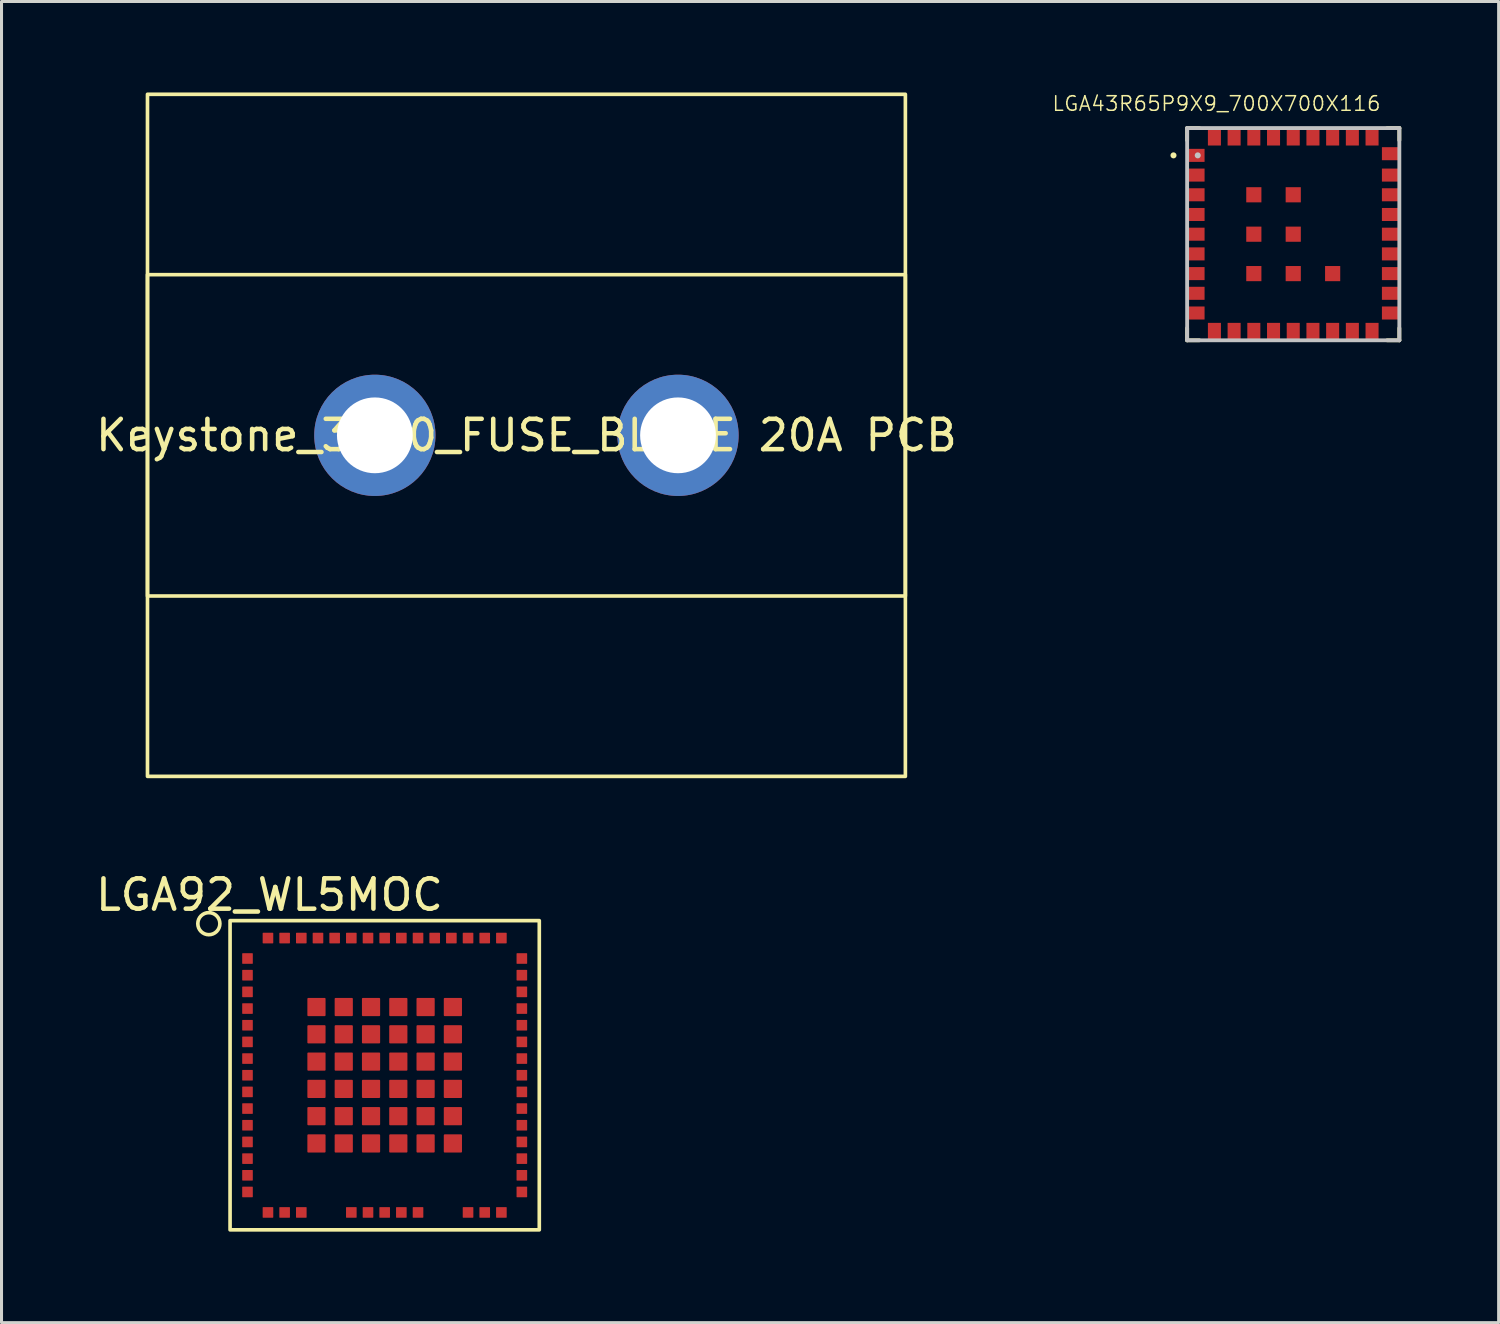
<source format=kicad_pcb>
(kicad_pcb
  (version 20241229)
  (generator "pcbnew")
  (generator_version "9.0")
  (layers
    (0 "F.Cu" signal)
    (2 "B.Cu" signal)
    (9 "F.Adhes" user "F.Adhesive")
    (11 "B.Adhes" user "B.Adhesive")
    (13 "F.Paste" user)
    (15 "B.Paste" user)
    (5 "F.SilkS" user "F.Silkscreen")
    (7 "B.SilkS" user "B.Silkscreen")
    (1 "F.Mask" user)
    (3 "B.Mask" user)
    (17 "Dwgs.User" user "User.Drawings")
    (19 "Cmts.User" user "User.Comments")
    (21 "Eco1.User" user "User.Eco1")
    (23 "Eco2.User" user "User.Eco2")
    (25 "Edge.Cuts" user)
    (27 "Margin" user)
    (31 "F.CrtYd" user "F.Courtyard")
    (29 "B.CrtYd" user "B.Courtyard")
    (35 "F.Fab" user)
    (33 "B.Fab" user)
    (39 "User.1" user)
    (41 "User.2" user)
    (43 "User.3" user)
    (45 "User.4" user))
  (footprint "LGA43R65P9X9_700X700X116"
    (layer "F.Cu")
    (at 39.609 4.675)
    (property "Reference" "LGA43R65P9X9_700X700X116" (at -2.532 -4.307 0) (layer "F.SilkS") (effects (font (size 0.48 0.48) (thickness 0.05))))
    (attr smd)
    (fp_line (start -3.5 -3.5) (end -3.5 -3.1) (stroke (width 0.127) (type solid)) (layer "F.SilkS"))
    (fp_line (start -3.5 3.1) (end -3.5 3.5) (stroke (width 0.127) (type solid)) (layer "F.SilkS"))
    (fp_line (start -3.5 3.5) (end -3.1 3.5) (stroke (width 0.127) (type solid)) (layer "F.SilkS"))
    (fp_line (start -3.1 -3.5) (end -3.5 -3.5) (stroke (width 0.127) (type solid)) (layer "F.SilkS"))
    (fp_line (start 3.1 -3.5) (end 3.5 -3.5) (stroke (width 0.127) (type solid)) (layer "F.SilkS"))
    (fp_line (start 3.5 -3.5) (end 3.5 -3.1) (stroke (width 0.127) (type solid)) (layer "F.SilkS"))
    (fp_line (start 3.5 3.1) (end 3.5 3.5) (stroke (width 0.127) (type solid)) (layer "F.SilkS"))
    (fp_line (start 3.5 3.5) (end 3.1 3.5) (stroke (width 0.127) (type solid)) (layer "F.SilkS"))
    (fp_circle (center -3.95 -2.6) (end -3.9 -2.6) (stroke (width 0.1) (type solid)) (fill no) (layer "F.SilkS"))
    (fp_line (start -3.5 -3.5) (end 3.5 -3.5) (stroke (width 0.127) (type solid)) (layer "Dwgs.User"))
    (fp_line (start -3.5 3.5) (end -3.5 -3.5) (stroke (width 0.127) (type solid)) (layer "Dwgs.User"))
    (fp_line (start 3.5 -3.5) (end 3.5 3.5) (stroke (width 0.127) (type solid)) (layer "Dwgs.User"))
    (fp_line (start 3.5 3.5) (end -3.5 3.5) (stroke (width 0.127) (type solid)) (layer "Dwgs.User"))
    (fp_circle (center -3.15 -2.6) (end -3.1 -2.6) (stroke (width 0.1) (type solid)) (fill no) (layer "Dwgs.User"))
    (fp_line (start -3.75 -3.75) (end 3.75 -3.75) (stroke (width 0.05) (type solid)) (layer "Eco1.User"))
    (fp_line (start -3.75 3.75) (end -3.75 -3.75) (stroke (width 0.05) (type solid)) (layer "Eco1.User"))
    (fp_line (start 3.75 -3.75) (end 3.75 3.805) (stroke (width 0.05) (type solid)) (layer "Eco1.User"))
    (fp_line (start 3.75 3.805) (end -3.75 3.75) (stroke (width 0.05) (type solid)) (layer "Eco1.User"))
    (pad "1" smd rect (at -3.205 -2.6) (size 0.56 0.43) (layers "F.Cu" "F.Mask" "F.Paste"))
    (pad "2" smd rect (at -3.205 -1.95) (size 0.56 0.43) (layers "F.Cu" "F.Mask" "F.Paste"))
    (pad "3" smd rect (at -3.205 -1.3) (size 0.56 0.43) (layers "F.Cu" "F.Mask" "F.Paste"))
    (pad "4" smd rect (at -3.205 -0.65) (size 0.56 0.43) (layers "F.Cu" "F.Mask" "F.Paste"))
    (pad "5" smd rect (at -3.205 0) (size 0.56 0.43) (layers "F.Cu" "F.Mask" "F.Paste"))
    (pad "6" smd rect (at -3.205 0.65) (size 0.56 0.43) (layers "F.Cu" "F.Mask" "F.Paste"))
    (pad "7" smd rect (at -3.205 1.3) (size 0.56 0.43) (layers "F.Cu" "F.Mask" "F.Paste"))
    (pad "8" smd rect (at -3.205 1.95) (size 0.56 0.43) (layers "F.Cu" "F.Mask" "F.Paste"))
    (pad "9" smd rect (at -3.205 2.6) (size 0.56 0.43) (layers "F.Cu" "F.Mask" "F.Paste"))
    (pad "10" smd rect (at -2.6 3.205 90) (size 0.56 0.43) (layers "F.Cu" "F.Mask" "F.Paste"))
    (pad "11" smd rect (at -1.95 3.205 90) (size 0.56 0.43) (layers "F.Cu" "F.Mask" "F.Paste"))
    (pad "12" smd rect (at -1.3 3.205 90) (size 0.56 0.43) (layers "F.Cu" "F.Mask" "F.Paste"))
    (pad "13" smd rect (at -0.65 3.205 90) (size 0.56 0.43) (layers "F.Cu" "F.Mask" "F.Paste"))
    (pad "14" smd rect (at 0 3.205 90) (size 0.56 0.43) (layers "F.Cu" "F.Mask" "F.Paste"))
    (pad "15" smd rect (at 0.65 3.205 90) (size 0.56 0.43) (layers "F.Cu" "F.Mask" "F.Paste"))
    (pad "16" smd rect (at 1.3 3.205 90) (size 0.56 0.43) (layers "F.Cu" "F.Mask" "F.Paste"))
    (pad "17" smd rect (at 1.95 3.205 90) (size 0.56 0.43) (layers "F.Cu" "F.Mask" "F.Paste"))
    (pad "18" smd rect (at 2.6 3.205 90) (size 0.56 0.43) (layers "F.Cu" "F.Mask" "F.Paste"))
    (pad "19" smd rect (at 3.205 2.6 180) (size 0.56 0.43) (layers "F.Cu" "F.Mask" "F.Paste"))
    (pad "20" smd rect (at 3.205 1.95 180) (size 0.56 0.43) (layers "F.Cu" "F.Mask" "F.Paste"))
    (pad "21" smd rect (at 3.205 1.3 180) (size 0.56 0.43) (layers "F.Cu" "F.Mask" "F.Paste"))
    (pad "22" smd rect (at 3.205 0.65 180) (size 0.56 0.43) (layers "F.Cu" "F.Mask" "F.Paste"))
    (pad "23" smd rect (at 3.205 0 180) (size 0.56 0.43) (layers "F.Cu" "F.Mask" "F.Paste"))
    (pad "24" smd rect (at 3.205 -0.65 180) (size 0.56 0.43) (layers "F.Cu" "F.Mask" "F.Paste"))
    (pad "25" smd rect (at 3.205 -1.3 180) (size 0.56 0.43) (layers "F.Cu" "F.Mask" "F.Paste"))
    (pad "26" smd rect (at 3.205 -1.95 180) (size 0.56 0.43) (layers "F.Cu" "F.Mask" "F.Paste"))
    (pad "27" smd rect (at 3.205 -2.655 180) (size 0.56 0.43) (layers "F.Cu" "F.Mask" "F.Paste"))
    (pad "28" smd rect (at 2.6 -3.205 270) (size 0.56 0.43) (layers "F.Cu" "F.Mask" "F.Paste"))
    (pad "29" smd rect (at 1.95 -3.205 270) (size 0.56 0.43) (layers "F.Cu" "F.Mask" "F.Paste"))
    (pad "30" smd rect (at 1.3 -3.205 270) (size 0.56 0.43) (layers "F.Cu" "F.Mask" "F.Paste"))
    (pad "31" smd rect (at 0.65 -3.205 270) (size 0.56 0.43) (layers "F.Cu" "F.Mask" "F.Paste"))
    (pad "32" smd rect (at 0 -3.205 270) (size 0.56 0.43) (layers "F.Cu" "F.Mask" "F.Paste"))
    (pad "33" smd rect (at -0.65 -3.205 270) (size 0.56 0.43) (layers "F.Cu" "F.Mask" "F.Paste"))
    (pad "34" smd rect (at -1.3 -3.205 270) (size 0.56 0.43) (layers "F.Cu" "F.Mask" "F.Paste"))
    (pad "35" smd rect (at -1.95 -3.205 270) (size 0.56 0.43) (layers "F.Cu" "F.Mask" "F.Paste"))
    (pad "36" smd rect (at -2.6 -3.205 270) (size 0.56 0.43) (layers "F.Cu" "F.Mask" "F.Paste"))
    (pad "37" smd rect (at -1.3 -1.3) (size 0.5 0.5) (layers "F.Cu" "F.Mask" "F.Paste"))
    (pad "38" smd rect (at -1.3 0) (size 0.5 0.5) (layers "F.Cu" "F.Mask" "F.Paste"))
    (pad "39" smd rect (at -1.3 1.3) (size 0.5 0.5) (layers "F.Cu" "F.Mask" "F.Paste"))
    (pad "40" smd rect (at 0 -1.3) (size 0.5 0.5) (layers "F.Cu" "F.Mask" "F.Paste"))
    (pad "41" smd rect (at 0 0) (size 0.5 0.5) (layers "F.Cu" "F.Mask" "F.Paste"))
    (pad "42" smd rect (at 0 1.3) (size 0.5 0.5) (layers "F.Cu" "F.Mask" "F.Paste"))
    (pad "43" smd rect (at 1.3 1.3) (size 0.5 0.5) (layers "F.Cu" "F.Mask" "F.Paste")))
  (footprint "Keystone_3560_FUSE_BLADE 20A PCB"
    (layer "F.Cu")
    (at 14.315 11.31)
    (property "Reference" "Keystone_3560_FUSE_BLADE 20A PCB" (at 0 0 0) (unlocked yes) (layer "F.SilkS") (effects (font (size 1 1) (thickness 0.15))))
    (attr through_hole)
    (fp_rect (start -12.5 -11.25) (end 12.5 11.25) (stroke (width 0.12) (type solid)) (fill no) (layer "F.SilkS"))
    (fp_rect (start -12.5 -5.3) (end 12.5 5.3) (stroke (width 0.12) (type solid)) (fill no) (layer "F.SilkS"))
    (pad "1" thru_hole circle (at -5 0) (size 4 4) (drill 2.5) (layers "*.Cu" "*.Mask"))
    (pad "2" thru_hole circle (at 5 0) (size 4 4) (drill 2.5) (layers "*.Cu" "*.Mask")))
  (footprint "LGA92_WL5MOC"
    (layer "F.Cu")
    (at 4.639 27.418)
    (property "Reference" "LGA92_WL5MOC" (at 1.2 -0.95 0) (unlocked yes) (layer "F.SilkS") (effects (font (size 1 1) (thickness 0.15))))
    (attr smd)
    (fp_rect (start 10.1 -0.1) (end -0.1 10.1) (stroke (width 0.12) (type default)) (fill no) (layer "F.SilkS"))
    (fp_circle (center -0.8 0) (end -1.15 0.1) (stroke (width 0.12) (type default)) (fill no) (layer "F.SilkS"))
    (pad "1" smd roundrect (at 0.475 1.15) (size 0.35 0.35) (layers "F.Cu" "F.Mask" "F.Paste") (roundrect_rratio 0.05))
    (pad "2" smd roundrect (at 0.475 1.7) (size 0.35 0.35) (layers "F.Cu" "F.Mask" "F.Paste") (roundrect_rratio 0.05))
    (pad "3" smd roundrect (at 0.475 2.25) (size 0.35 0.35) (layers "F.Cu" "F.Mask" "F.Paste") (roundrect_rratio 0.05))
    (pad "4" smd roundrect (at 0.475 2.8) (size 0.35 0.35) (layers "F.Cu" "F.Mask" "F.Paste") (roundrect_rratio 0.05))
    (pad "5" smd roundrect (at 0.475 3.35) (size 0.35 0.35) (layers "F.Cu" "F.Mask" "F.Paste") (roundrect_rratio 0.05))
    (pad "6" smd roundrect (at 0.475 3.9) (size 0.35 0.35) (layers "F.Cu" "F.Mask" "F.Paste") (roundrect_rratio 0.05))
    (pad "7" smd roundrect (at 0.475 4.45) (size 0.35 0.35) (layers "F.Cu" "F.Mask" "F.Paste") (roundrect_rratio 0.05))
    (pad "8" smd roundrect (at 0.475 5) (size 0.35 0.35) (layers "F.Cu" "F.Mask" "F.Paste") (roundrect_rratio 0.05))
    (pad "9" smd roundrect (at 0.475 5.55) (size 0.35 0.35) (layers "F.Cu" "F.Mask" "F.Paste") (roundrect_rratio 0.05))
    (pad "10" smd roundrect (at 0.475 6.1) (size 0.35 0.35) (layers "F.Cu" "F.Mask" "F.Paste") (roundrect_rratio 0.05))
    (pad "11" smd roundrect (at 0.475 6.65) (size 0.35 0.35) (layers "F.Cu" "F.Mask" "F.Paste") (roundrect_rratio 0.05))
    (pad "12" smd roundrect (at 0.475 7.2) (size 0.35 0.35) (layers "F.Cu" "F.Mask" "F.Paste") (roundrect_rratio 0.05))
    (pad "13" smd roundrect (at 0.475 7.75) (size 0.35 0.35) (layers "F.Cu" "F.Mask" "F.Paste") (roundrect_rratio 0.05))
    (pad "14" smd roundrect (at 0.475 8.3) (size 0.35 0.35) (layers "F.Cu" "F.Mask" "F.Paste") (roundrect_rratio 0.05))
    (pad "15" smd roundrect (at 0.475 8.85) (size 0.35 0.35) (layers "F.Cu" "F.Mask" "F.Paste") (roundrect_rratio 0.05))
    (pad "16" smd roundrect (at 1.15 9.525) (size 0.35 0.35) (layers "F.Cu" "F.Mask" "F.Paste") (roundrect_rratio 0.05))
    (pad "17" smd roundrect (at 1.7 9.525) (size 0.35 0.35) (layers "F.Cu" "F.Mask" "F.Paste") (roundrect_rratio 0.05))
    (pad "18" smd roundrect (at 2.25 9.525) (size 0.35 0.35) (layers "F.Cu" "F.Mask" "F.Paste") (roundrect_rratio 0.05))
    (pad "19" smd roundrect (at 3.9 9.525) (size 0.35 0.35) (layers "F.Cu" "F.Mask" "F.Paste") (roundrect_rratio 0.05))
    (pad "20" smd roundrect (at 4.45 9.525) (size 0.35 0.35) (layers "F.Cu" "F.Mask" "F.Paste") (roundrect_rratio 0.05))
    (pad "21" smd roundrect (at 5 9.525) (size 0.35 0.35) (layers "F.Cu" "F.Mask" "F.Paste") (roundrect_rratio 0.05))
    (pad "22" smd roundrect (at 5.55 9.525) (size 0.35 0.35) (layers "F.Cu" "F.Mask" "F.Paste") (roundrect_rratio 0.05))
    (pad "23" smd roundrect (at 6.1 9.525) (size 0.35 0.35) (layers "F.Cu" "F.Mask" "F.Paste") (roundrect_rratio 0.05))
    (pad "24" smd roundrect (at 7.75 9.525) (size 0.35 0.35) (layers "F.Cu" "F.Mask" "F.Paste") (roundrect_rratio 0.05))
    (pad "25" smd roundrect (at 8.3 9.525) (size 0.35 0.35) (layers "F.Cu" "F.Mask" "F.Paste") (roundrect_rratio 0.05))
    (pad "26" smd roundrect (at 8.85 9.525) (size 0.35 0.35) (layers "F.Cu" "F.Mask" "F.Paste") (roundrect_rratio 0.05))
    (pad "27" smd roundrect (at 9.525 8.85) (size 0.35 0.35) (layers "F.Cu" "F.Mask" "F.Paste") (roundrect_rratio 0.05))
    (pad "28" smd roundrect (at 9.525 8.3) (size 0.35 0.35) (layers "F.Cu" "F.Mask" "F.Paste") (roundrect_rratio 0.05))
    (pad "29" smd roundrect (at 9.525 7.75) (size 0.35 0.35) (layers "F.Cu" "F.Mask" "F.Paste") (roundrect_rratio 0.05))
    (pad "30" smd roundrect (at 9.525 7.2) (size 0.35 0.35) (layers "F.Cu" "F.Mask" "F.Paste") (roundrect_rratio 0.05))
    (pad "31" smd roundrect (at 9.525 6.65) (size 0.35 0.35) (layers "F.Cu" "F.Mask" "F.Paste") (roundrect_rratio 0.05))
    (pad "32" smd roundrect (at 9.525 6.1) (size 0.35 0.35) (layers "F.Cu" "F.Mask" "F.Paste") (roundrect_rratio 0.05))
    (pad "33" smd roundrect (at 9.525 5.55) (size 0.35 0.35) (layers "F.Cu" "F.Mask" "F.Paste") (roundrect_rratio 0.05))
    (pad "34" smd roundrect (at 9.525 5) (size 0.35 0.35) (layers "F.Cu" "F.Mask" "F.Paste") (roundrect_rratio 0.05))
    (pad "35" smd roundrect (at 9.525 4.45) (size 0.35 0.35) (layers "F.Cu" "F.Mask" "F.Paste") (roundrect_rratio 0.05))
    (pad "36" smd roundrect (at 9.525 3.9) (size 0.35 0.35) (layers "F.Cu" "F.Mask" "F.Paste") (roundrect_rratio 0.05))
    (pad "37" smd roundrect (at 9.525 3.35) (size 0.35 0.35) (layers "F.Cu" "F.Mask" "F.Paste") (roundrect_rratio 0.05))
    (pad "38" smd roundrect (at 9.525 2.8) (size 0.35 0.35) (layers "F.Cu" "F.Mask" "F.Paste") (roundrect_rratio 0.05))
    (pad "39" smd roundrect (at 9.525 2.25) (size 0.35 0.35) (layers "F.Cu" "F.Mask" "F.Paste") (roundrect_rratio 0.05))
    (pad "40" smd roundrect (at 9.525 1.7) (size 0.35 0.35) (layers "F.Cu" "F.Mask" "F.Paste") (roundrect_rratio 0.05))
    (pad "41" smd roundrect (at 9.525 1.15) (size 0.35 0.35) (layers "F.Cu" "F.Mask" "F.Paste") (roundrect_rratio 0.05))
    (pad "42" smd roundrect (at 8.85 0.475) (size 0.35 0.35) (layers "F.Cu" "F.Mask" "F.Paste") (roundrect_rratio 0.05))
    (pad "43" smd roundrect (at 8.3 0.475) (size 0.35 0.35) (layers "F.Cu" "F.Mask" "F.Paste") (roundrect_rratio 0.05))
    (pad "44" smd roundrect (at 7.75 0.475) (size 0.35 0.35) (layers "F.Cu" "F.Mask" "F.Paste") (roundrect_rratio 0.05))
    (pad "45" smd roundrect (at 7.2 0.475) (size 0.35 0.35) (layers "F.Cu" "F.Mask" "F.Paste") (roundrect_rratio 0.05))
    (pad "46" smd roundrect (at 6.65 0.475) (size 0.35 0.35) (layers "F.Cu" "F.Mask" "F.Paste") (roundrect_rratio 0.05))
    (pad "47" smd roundrect (at 6.1 0.475) (size 0.35 0.35) (layers "F.Cu" "F.Mask" "F.Paste") (roundrect_rratio 0.05))
    (pad "48" smd roundrect (at 5.55 0.475) (size 0.35 0.35) (layers "F.Cu" "F.Mask" "F.Paste") (roundrect_rratio 0.05))
    (pad "49" smd roundrect (at 5 0.475) (size 0.35 0.35) (layers "F.Cu" "F.Mask" "F.Paste") (roundrect_rratio 0.05))
    (pad "50" smd roundrect (at 4.45 0.475) (size 0.35 0.35) (layers "F.Cu" "F.Mask" "F.Paste") (roundrect_rratio 0.05))
    (pad "51" smd roundrect (at 3.9 0.475) (size 0.35 0.35) (layers "F.Cu" "F.Mask" "F.Paste") (roundrect_rratio 0.05))
    (pad "52" smd roundrect (at 3.35 0.475) (size 0.35 0.35) (layers "F.Cu" "F.Mask" "F.Paste") (roundrect_rratio 0.05))
    (pad "53" smd roundrect (at 2.8 0.475) (size 0.35 0.35) (layers "F.Cu" "F.Mask" "F.Paste") (roundrect_rratio 0.05))
    (pad "54" smd roundrect (at 2.25 0.475) (size 0.35 0.35) (layers "F.Cu" "F.Mask" "F.Paste") (roundrect_rratio 0.05))
    (pad "55" smd roundrect (at 1.7 0.475) (size 0.35 0.35) (layers "F.Cu" "F.Mask" "F.Paste") (roundrect_rratio 0.05))
    (pad "56" smd roundrect (at 1.15 0.475) (size 0.35 0.35) (layers "F.Cu" "F.Mask" "F.Paste") (roundrect_rratio 0.05))
    (pad "57" smd roundrect (at 2.75 2.75) (size 0.6 0.6) (layers "F.Cu" "F.Mask" "F.Paste") (roundrect_rratio 0.05))
    (pad "58" smd roundrect (at 2.75 3.65) (size 0.6 0.6) (layers "F.Cu" "F.Mask" "F.Paste") (roundrect_rratio 0.05))
    (pad "59" smd roundrect (at 2.75 4.55) (size 0.6 0.6) (layers "F.Cu" "F.Mask" "F.Paste") (roundrect_rratio 0.05))
    (pad "60" smd roundrect (at 2.75 5.45) (size 0.6 0.6) (layers "F.Cu" "F.Mask" "F.Paste") (roundrect_rratio 0.05))
    (pad "61" smd roundrect (at 2.75 6.35) (size 0.6 0.6) (layers "F.Cu" "F.Mask" "F.Paste") (roundrect_rratio 0.05))
    (pad "62" smd roundrect (at 2.75 7.25) (size 0.6 0.6) (layers "F.Cu" "F.Mask" "F.Paste") (roundrect_rratio 0.05))
    (pad "63" smd roundrect (at 3.65 7.25) (size 0.6 0.6) (layers "F.Cu" "F.Mask" "F.Paste") (roundrect_rratio 0.05))
    (pad "64" smd roundrect (at 4.55 7.25) (size 0.6 0.6) (layers "F.Cu" "F.Mask" "F.Paste") (roundrect_rratio 0.05))
    (pad "65" smd roundrect (at 5.45 7.25) (size 0.6 0.6) (layers "F.Cu" "F.Mask" "F.Paste") (roundrect_rratio 0.05))
    (pad "66" smd roundrect (at 6.35 7.25) (size 0.6 0.6) (layers "F.Cu" "F.Mask" "F.Paste") (roundrect_rratio 0.05))
    (pad "67" smd roundrect (at 7.25 7.25) (size 0.6 0.6) (layers "F.Cu" "F.Mask" "F.Paste") (roundrect_rratio 0.05))
    (pad "68" smd roundrect (at 7.25 6.35) (size 0.6 0.6) (layers "F.Cu" "F.Mask" "F.Paste") (roundrect_rratio 0.05))
    (pad "69" smd roundrect (at 7.25 5.45) (size 0.6 0.6) (layers "F.Cu" "F.Mask" "F.Paste") (roundrect_rratio 0.05))
    (pad "70" smd roundrect (at 7.25 4.55) (size 0.6 0.6) (layers "F.Cu" "F.Mask" "F.Paste") (roundrect_rratio 0.05))
    (pad "71" smd roundrect (at 7.25 3.65) (size 0.6 0.6) (layers "F.Cu" "F.Mask" "F.Paste") (roundrect_rratio 0.05))
    (pad "72" smd roundrect (at 7.25 2.75) (size 0.6 0.6) (layers "F.Cu" "F.Mask" "F.Paste") (roundrect_rratio 0.05))
    (pad "73" smd roundrect (at 6.35 2.75) (size 0.6 0.6) (layers "F.Cu" "F.Mask" "F.Paste") (roundrect_rratio 0.05))
    (pad "74" smd roundrect (at 5.45 2.75) (size 0.6 0.6) (layers "F.Cu" "F.Mask" "F.Paste") (roundrect_rratio 0.05))
    (pad "75" smd roundrect (at 4.55 2.75) (size 0.6 0.6) (layers "F.Cu" "F.Mask" "F.Paste") (roundrect_rratio 0.05))
    (pad "76" smd roundrect (at 3.65 2.75) (size 0.6 0.6) (layers "F.Cu" "F.Mask" "F.Paste") (roundrect_rratio 0.05))
    (pad "77" smd roundrect (at 3.65 3.65) (size 0.6 0.6) (layers "F.Cu" "F.Mask" "F.Paste") (roundrect_rratio 0.05))
    (pad "78" smd roundrect (at 3.65 4.55) (size 0.6 0.6) (layers "F.Cu" "F.Mask" "F.Paste") (roundrect_rratio 0.05))
    (pad "79" smd roundrect (at 3.65 5.45) (size 0.6 0.6) (layers "F.Cu" "F.Mask" "F.Paste") (roundrect_rratio 0.05))
    (pad "80" smd roundrect (at 3.65 6.35) (size 0.6 0.6) (layers "F.Cu" "F.Mask" "F.Paste") (roundrect_rratio 0.05))
    (pad "81" smd roundrect (at 4.55 6.35) (size 0.6 0.6) (layers "F.Cu" "F.Mask" "F.Paste") (roundrect_rratio 0.05))
    (pad "82" smd roundrect (at 5.45 6.35) (size 0.6 0.6) (layers "F.Cu" "F.Mask" "F.Paste") (roundrect_rratio 0.05))
    (pad "83" smd roundrect (at 6.35 6.35) (size 0.6 0.6) (layers "F.Cu" "F.Mask" "F.Paste") (roundrect_rratio 0.05))
    (pad "84" smd roundrect (at 6.35 5.45) (size 0.6 0.6) (layers "F.Cu" "F.Mask" "F.Paste") (roundrect_rratio 0.05))
    (pad "85" smd roundrect (at 6.35 4.55) (size 0.6 0.6) (layers "F.Cu" "F.Mask" "F.Paste") (roundrect_rratio 0.05))
    (pad "86" smd roundrect (at 6.35 3.65) (size 0.6 0.6) (layers "F.Cu" "F.Mask" "F.Paste") (roundrect_rratio 0.05))
    (pad "87" smd roundrect (at 5.45 3.65) (size 0.6 0.6) (layers "F.Cu" "F.Mask" "F.Paste") (roundrect_rratio 0.05))
    (pad "88" smd roundrect (at 4.55 3.65) (size 0.6 0.6) (layers "F.Cu" "F.Mask" "F.Paste") (roundrect_rratio 0.05))
    (pad "89" smd roundrect (at 4.55 4.55) (size 0.6 0.6) (layers "F.Cu" "F.Mask" "F.Paste") (roundrect_rratio 0.05))
    (pad "90" smd roundrect (at 4.55 5.45) (size 0.6 0.6) (layers "F.Cu" "F.Mask" "F.Paste") (roundrect_rratio 0.05))
    (pad "91" smd roundrect (at 5.45 5.45) (size 0.6 0.6) (layers "F.Cu" "F.Mask" "F.Paste") (roundrect_rratio 0.05))
    (pad "92" smd roundrect (at 5.45 4.55) (size 0.6 0.6) (layers "F.Cu" "F.Mask" "F.Paste") (roundrect_rratio 0.05)))
  (gr_rect
    (start -3 -3)
    (end 46.384 40.578)
    (stroke (width 0.1) (type default))
    (fill no)
    (layer "Edge.Cuts")))
</source>
